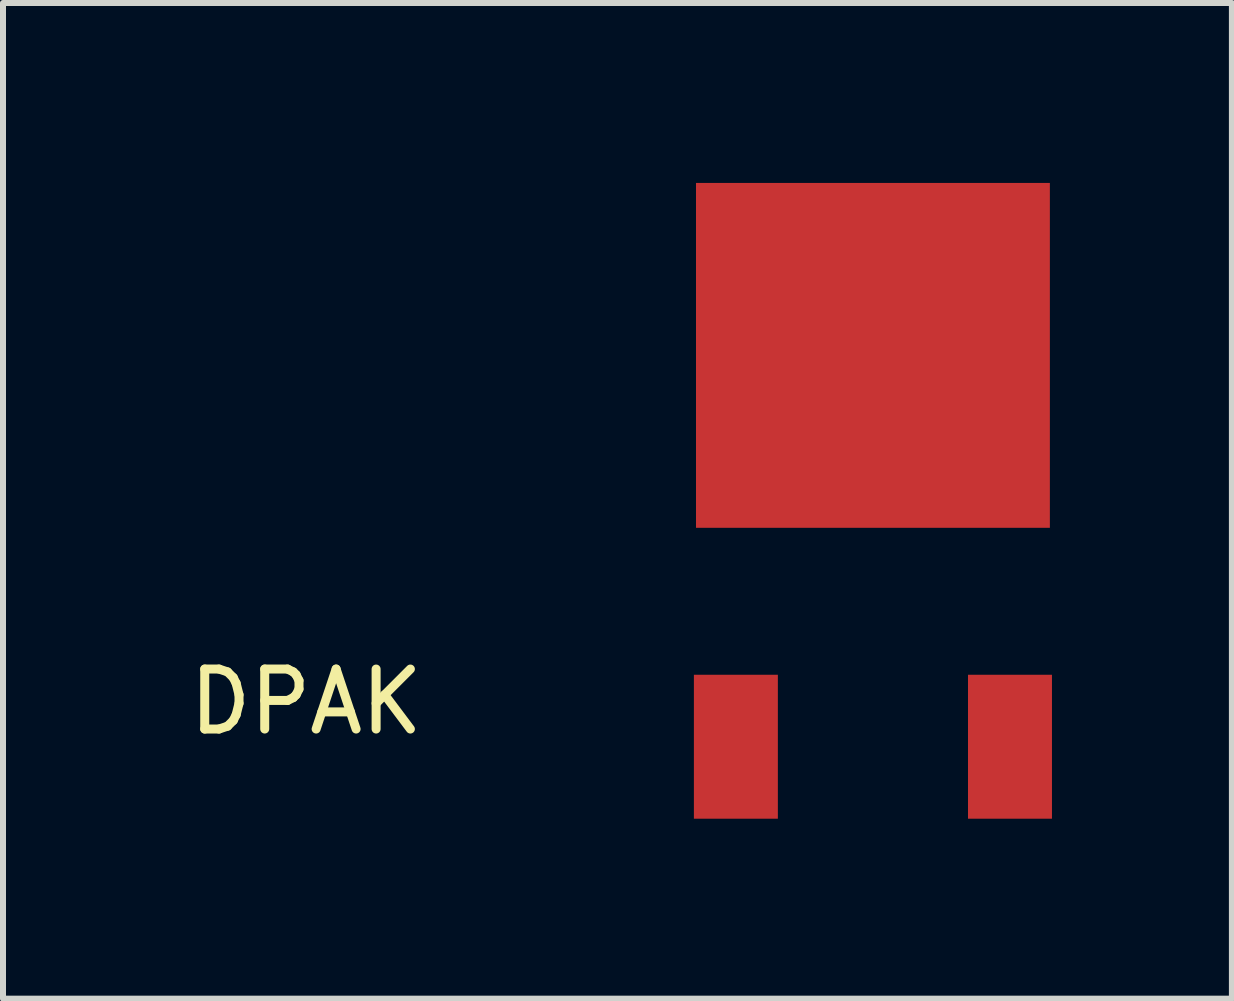
<source format=kicad_pcb>
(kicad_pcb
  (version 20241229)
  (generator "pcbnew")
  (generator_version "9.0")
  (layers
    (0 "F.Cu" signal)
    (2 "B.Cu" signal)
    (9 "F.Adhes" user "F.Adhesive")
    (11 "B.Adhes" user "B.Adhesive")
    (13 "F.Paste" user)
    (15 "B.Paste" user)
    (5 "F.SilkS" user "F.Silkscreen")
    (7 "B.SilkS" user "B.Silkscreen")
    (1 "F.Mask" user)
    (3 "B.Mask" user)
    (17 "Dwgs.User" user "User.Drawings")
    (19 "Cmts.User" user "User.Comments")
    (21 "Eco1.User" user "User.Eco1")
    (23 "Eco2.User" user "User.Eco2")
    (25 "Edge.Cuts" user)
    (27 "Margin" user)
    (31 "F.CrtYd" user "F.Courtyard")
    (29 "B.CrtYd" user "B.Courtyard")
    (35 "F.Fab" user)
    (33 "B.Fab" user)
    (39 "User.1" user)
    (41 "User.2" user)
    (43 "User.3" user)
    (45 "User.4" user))
  (footprint "DPAK"
    (layer "F.Cu")
    (at 11.504 9.4)
    (property "Reference" "DPAK" (at -9.45 -0.75 0) (layer "F.SilkS") (effects (font (size 1 1) (thickness 0.15))))
    (attr through_hole)
    (pad "1" smd rect (at -2.285 0) (size 1.4 2.4) (layers "F.Cu" "F.Mask" "F.Paste"))
    (pad "2" smd rect (at 0 -6.525) (size 5.9 5.75) (layers "F.Cu" "F.Mask" "F.Paste"))
    (pad "3" smd rect (at 2.285 0) (size 1.4 2.4) (layers "F.Cu" "F.Mask" "F.Paste")))
  (gr_rect
    (start -3 -3)
    (end 17.489 13.6)
    (stroke (width 0.1) (type default))
    (fill no)
    (layer "Edge.Cuts")))
</source>
